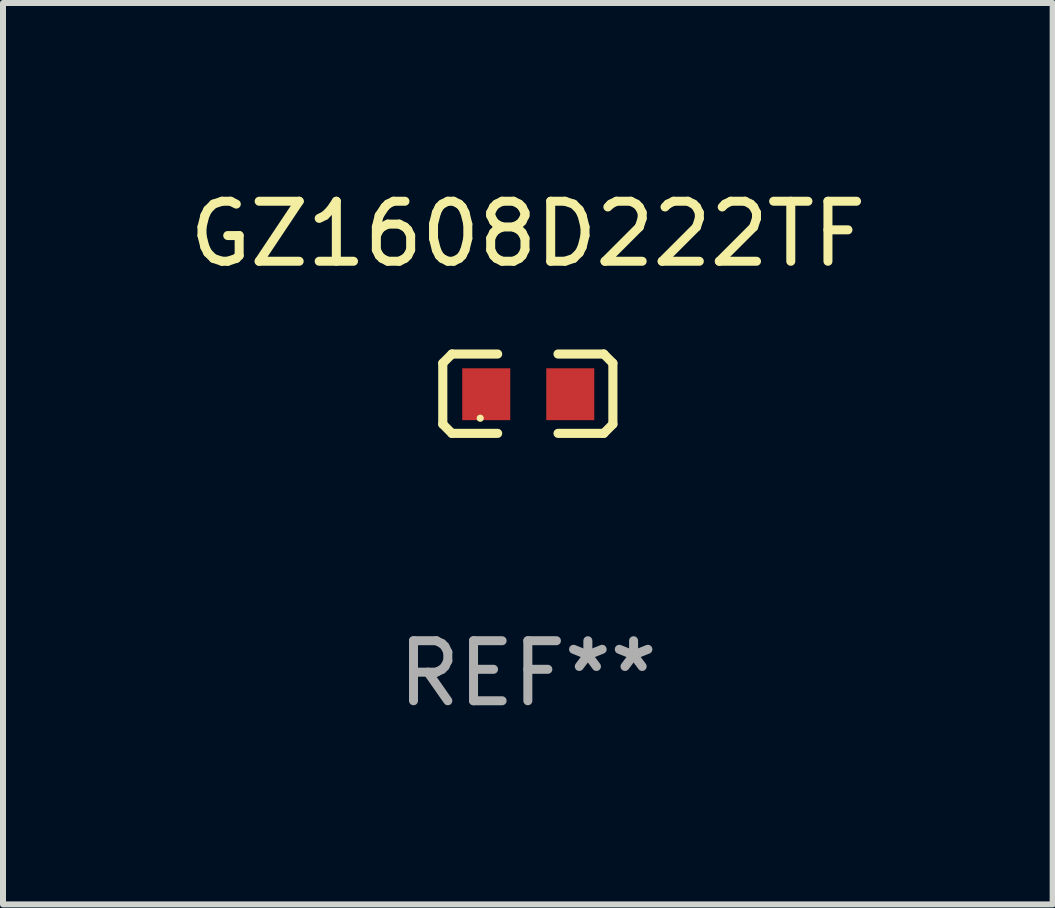
<source format=kicad_pcb>
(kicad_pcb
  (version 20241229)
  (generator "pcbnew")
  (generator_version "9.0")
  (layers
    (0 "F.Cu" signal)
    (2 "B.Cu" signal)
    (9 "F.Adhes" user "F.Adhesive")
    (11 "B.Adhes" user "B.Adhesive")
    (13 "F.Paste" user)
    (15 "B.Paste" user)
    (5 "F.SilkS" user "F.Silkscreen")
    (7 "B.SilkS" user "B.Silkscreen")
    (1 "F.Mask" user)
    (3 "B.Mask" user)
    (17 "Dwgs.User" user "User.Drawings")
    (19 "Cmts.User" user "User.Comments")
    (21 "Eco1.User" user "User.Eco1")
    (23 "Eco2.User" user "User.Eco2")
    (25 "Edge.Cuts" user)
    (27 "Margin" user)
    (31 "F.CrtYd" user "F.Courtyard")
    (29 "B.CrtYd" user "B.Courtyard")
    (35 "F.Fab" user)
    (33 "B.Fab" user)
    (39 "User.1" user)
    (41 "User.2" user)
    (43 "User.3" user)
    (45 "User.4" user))
  (footprint "GZ1608D222TF"
    (layer "F.Cu")
    (at 5.744 3.509)
    (property "Reference" "GZ1608D222TF" (at 0 -2.661 0) (layer "F.SilkS") (effects (font (size 1 1) (thickness 0.15))))
    (attr through_hole)
    (fp_line (start -1.417 -0.508) (end -1.265 -0.661) (stroke (width 0.152) (type solid)) (layer "F.SilkS"))
    (fp_line (start -1.417 0.508) (end -1.417 -0.508) (stroke (width 0.152) (type solid)) (layer "F.SilkS"))
    (fp_line (start -1.265 -0.661) (end -0.503 -0.661) (stroke (width 0.152) (type solid)) (layer "F.SilkS"))
    (fp_line (start -1.265 0.661) (end -1.417 0.508) (stroke (width 0.152) (type solid)) (layer "F.SilkS"))
    (fp_line (start -1.265 0.661) (end -0.503 0.661) (stroke (width 0.152) (type solid)) (layer "F.SilkS"))
    (fp_line (start 1.265 -0.661) (end 0.503 -0.661) (stroke (width 0.152) (type solid)) (layer "F.SilkS"))
    (fp_line (start 1.265 -0.661) (end 1.417 -0.508) (stroke (width 0.152) (type solid)) (layer "F.SilkS"))
    (fp_line (start 1.265 0.661) (end 0.503 0.661) (stroke (width 0.152) (type solid)) (layer "F.SilkS"))
    (fp_line (start 1.417 -0.508) (end 1.417 0.508) (stroke (width 0.152) (type solid)) (layer "F.SilkS"))
    (fp_line (start 1.417 0.508) (end 1.265 0.661) (stroke (width 0.152) (type solid)) (layer "F.SilkS"))
    (fp_circle (center -0.793 0.409) (end -0.763 0.409) (stroke (width 0.06) (type solid)) (fill no) (layer "F.SilkS"))
    (fp_text user "REF**" (at 0 4.661 0) (layer "F.Fab") (effects (font (size 1 1) (thickness 0.15))))
    (pad "1" smd rect (at -0.693 0.009 180) (size 0.8 0.864) (layers "F.Cu" "F.Mask" "F.Paste"))
    (pad "2" smd rect (at 0.707 0.009 180) (size 0.8 0.864) (layers "F.Cu" "F.Mask" "F.Paste")))
  (gr_rect
    (start -3 -3)
    (end 14.488 12.018)
    (stroke (width 0.1) (type default))
    (fill no)
    (layer "Edge.Cuts")))
</source>
